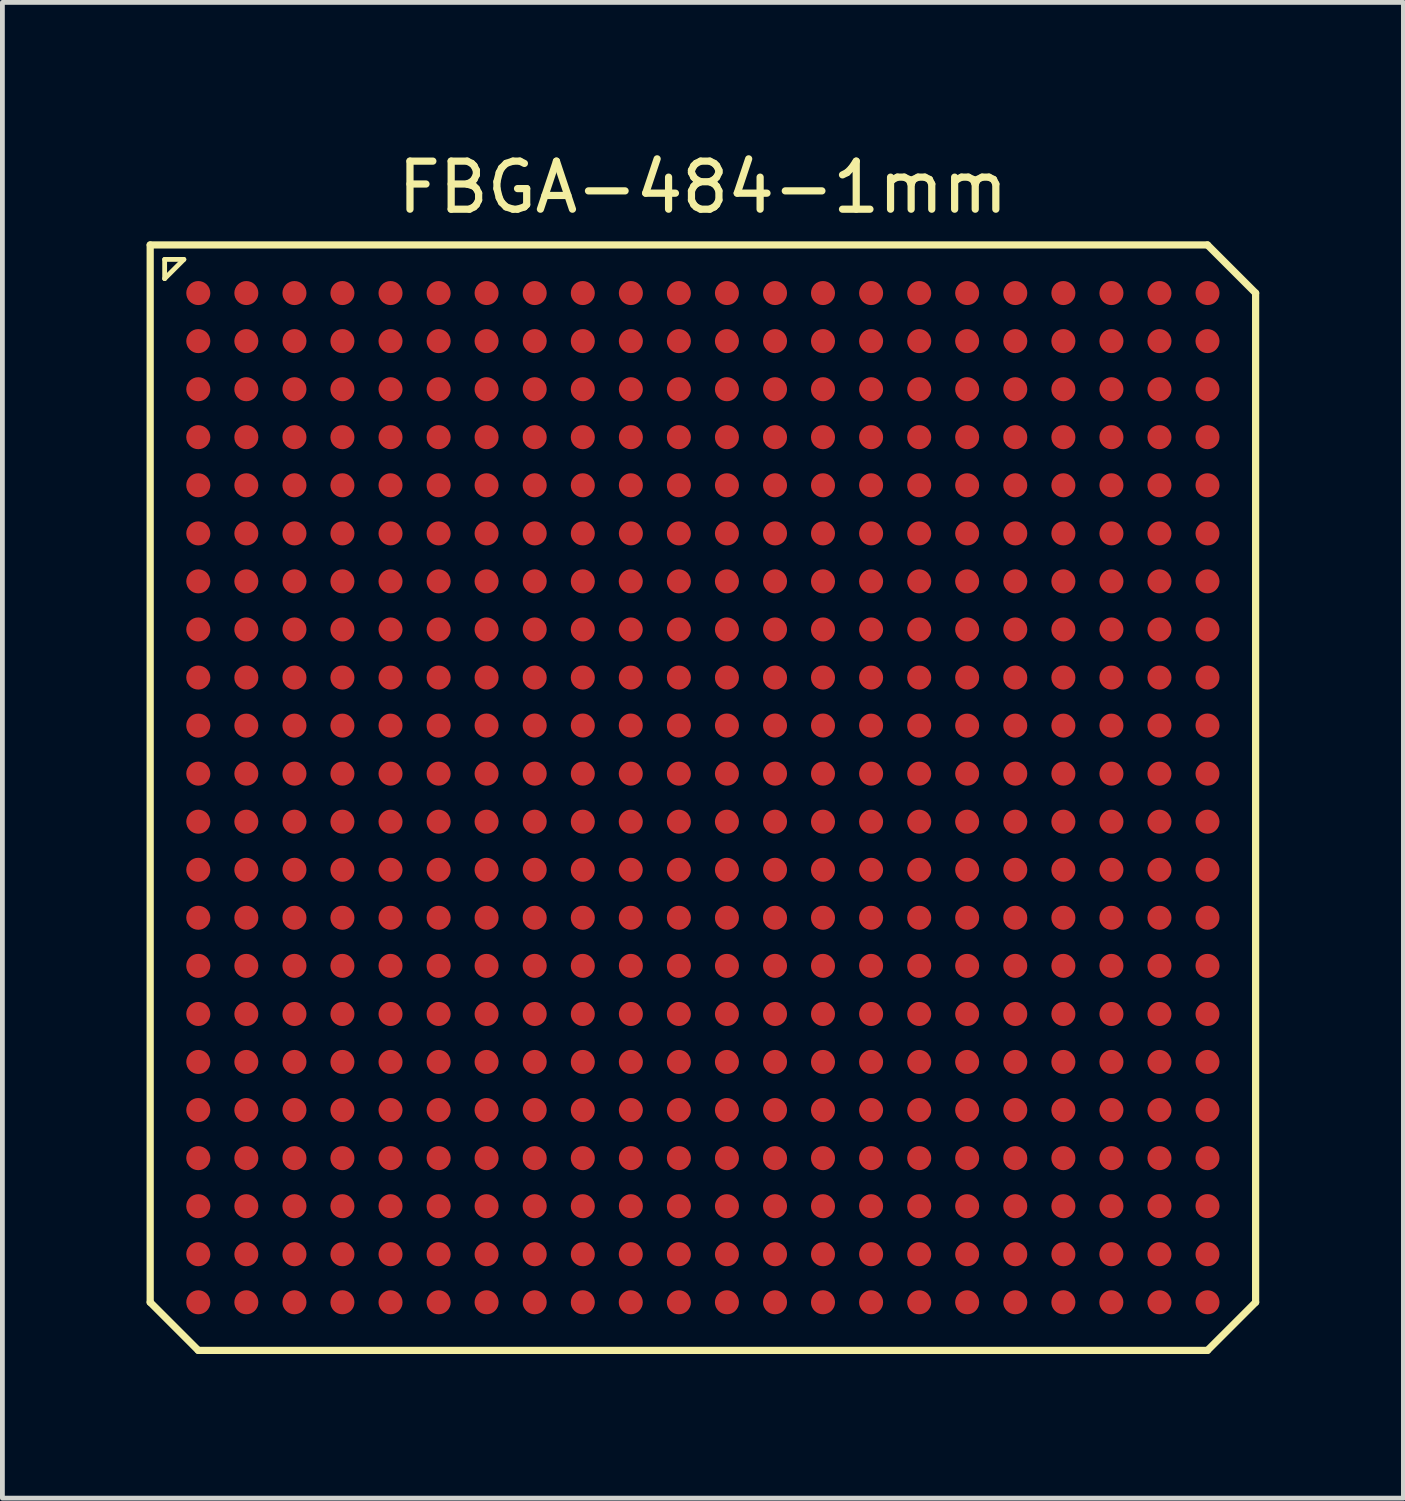
<source format=kicad_pcb>
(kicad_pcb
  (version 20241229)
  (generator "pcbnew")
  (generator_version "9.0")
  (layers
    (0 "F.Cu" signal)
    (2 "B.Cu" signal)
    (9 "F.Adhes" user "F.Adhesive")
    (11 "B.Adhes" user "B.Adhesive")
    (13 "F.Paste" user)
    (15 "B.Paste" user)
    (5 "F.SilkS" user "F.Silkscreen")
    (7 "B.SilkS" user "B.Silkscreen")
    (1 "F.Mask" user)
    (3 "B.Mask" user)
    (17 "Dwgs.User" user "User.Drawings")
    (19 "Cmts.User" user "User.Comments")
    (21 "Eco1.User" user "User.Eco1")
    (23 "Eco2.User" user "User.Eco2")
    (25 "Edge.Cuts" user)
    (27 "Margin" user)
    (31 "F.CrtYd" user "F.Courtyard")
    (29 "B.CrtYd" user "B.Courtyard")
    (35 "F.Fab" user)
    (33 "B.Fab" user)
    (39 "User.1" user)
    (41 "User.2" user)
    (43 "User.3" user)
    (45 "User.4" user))
  (footprint "FBGA-484-1mm"
    (layer "F.Cu")
    (at 11.576 13.548)
    (property "Reference" "FBGA-484-1mm" (at 0 -12.7 0) (layer "F.SilkS") (effects (font (size 1 1) (thickness 0.15))))
    (attr smd)
    (fp_line (start -11.501 -11.501) (end 10.5 -11.501) (stroke (width 0.15) (type solid)) (layer "F.SilkS"))
    (fp_line (start -11.501 10.5) (end -11.501 -11.501) (stroke (width 0.15) (type solid)) (layer "F.SilkS"))
    (fp_line (start -11.2 -11.2) (end -10.8 -11.2) (stroke (width 0.1) (type solid)) (layer "F.SilkS"))
    (fp_line (start -11.2 -10.8) (end -11.2 -11.2) (stroke (width 0.1) (type solid)) (layer "F.SilkS"))
    (fp_line (start -10.8 -11.2) (end -11.2 -10.8) (stroke (width 0.1) (type solid)) (layer "F.SilkS"))
    (fp_line (start -10.5 11.501) (end -11.501 10.5) (stroke (width 0.15) (type solid)) (layer "F.SilkS"))
    (fp_line (start 10.5 -11.501) (end 11.501 -10.5) (stroke (width 0.15) (type solid)) (layer "F.SilkS"))
    (fp_line (start 10.5 11.501) (end -10.5 11.501) (stroke (width 0.15) (type solid)) (layer "F.SilkS"))
    (fp_line (start 11.501 -10.5) (end 11.501 10.5) (stroke (width 0.15) (type solid)) (layer "F.SilkS"))
    (fp_line (start 11.501 10.5) (end 10.5 11.501) (stroke (width 0.15) (type solid)) (layer "F.SilkS"))
    (pad "A1" smd circle (at -10.5 -10.5) (size 0.5 0.5) (layers "F.Cu" "F.Mask" "F.Paste"))
    (pad "A2" smd circle (at -9.5 -10.5) (size 0.5 0.5) (layers "F.Cu" "F.Mask" "F.Paste"))
    (pad "A3" smd circle (at -8.499 -10.5) (size 0.5 0.5) (layers "F.Cu" "F.Mask" "F.Paste"))
    (pad "A4" smd circle (at -7.501 -10.5) (size 0.5 0.5) (layers "F.Cu" "F.Mask" "F.Paste"))
    (pad "A5" smd circle (at -6.5 -10.5) (size 0.5 0.5) (layers "F.Cu" "F.Mask" "F.Paste"))
    (pad "A6" smd circle (at -5.499 -10.5) (size 0.5 0.5) (layers "F.Cu" "F.Mask" "F.Paste"))
    (pad "A7" smd circle (at -4.501 -10.5) (size 0.5 0.5) (layers "F.Cu" "F.Mask" "F.Paste"))
    (pad "A8" smd circle (at -3.5 -10.5) (size 0.5 0.5) (layers "F.Cu" "F.Mask" "F.Paste"))
    (pad "A9" smd circle (at -2.499 -10.5) (size 0.5 0.5) (layers "F.Cu" "F.Mask" "F.Paste"))
    (pad "A10" smd circle (at -1.499 -10.5) (size 0.5 0.5) (layers "F.Cu" "F.Mask" "F.Paste"))
    (pad "A11" smd circle (at -0.5 -10.5) (size 0.5 0.5) (layers "F.Cu" "F.Mask" "F.Paste"))
    (pad "A12" smd circle (at 0.5 -10.5) (size 0.5 0.5) (layers "F.Cu" "F.Mask" "F.Paste"))
    (pad "A13" smd circle (at 1.501 -10.5) (size 0.5 0.5) (layers "F.Cu" "F.Mask" "F.Paste"))
    (pad "A14" smd circle (at 2.499 -10.5) (size 0.5 0.5) (layers "F.Cu" "F.Mask" "F.Paste"))
    (pad "A15" smd circle (at 3.5 -10.5) (size 0.5 0.5) (layers "F.Cu" "F.Mask" "F.Paste"))
    (pad "A16" smd circle (at 4.501 -10.5) (size 0.5 0.5) (layers "F.Cu" "F.Mask" "F.Paste"))
    (pad "A17" smd circle (at 5.499 -10.5) (size 0.5 0.5) (layers "F.Cu" "F.Mask" "F.Paste"))
    (pad "A18" smd circle (at 6.5 -10.5) (size 0.5 0.5) (layers "F.Cu" "F.Mask" "F.Paste"))
    (pad "A19" smd circle (at 7.501 -10.5) (size 0.5 0.5) (layers "F.Cu" "F.Mask" "F.Paste"))
    (pad "A20" smd circle (at 8.501 -10.5) (size 0.5 0.5) (layers "F.Cu" "F.Mask" "F.Paste"))
    (pad "A21" smd circle (at 9.5 -10.5) (size 0.5 0.5) (layers "F.Cu" "F.Mask" "F.Paste"))
    (pad "A22" smd circle (at 10.5 -10.5) (size 0.5 0.5) (layers "F.Cu" "F.Mask" "F.Paste"))
    (pad "AA1" smd circle (at -10.5 9.5) (size 0.5 0.5) (layers "F.Cu" "F.Mask" "F.Paste"))
    (pad "AA2" smd circle (at -9.5 9.5) (size 0.5 0.5) (layers "F.Cu" "F.Mask" "F.Paste"))
    (pad "AA3" smd circle (at -8.499 9.5) (size 0.5 0.5) (layers "F.Cu" "F.Mask" "F.Paste"))
    (pad "AA4" smd circle (at -7.501 9.5) (size 0.5 0.5) (layers "F.Cu" "F.Mask" "F.Paste"))
    (pad "AA5" smd circle (at -6.5 9.5) (size 0.5 0.5) (layers "F.Cu" "F.Mask" "F.Paste"))
    (pad "AA6" smd circle (at -5.499 9.5) (size 0.5 0.5) (layers "F.Cu" "F.Mask" "F.Paste"))
    (pad "AA7" smd circle (at -4.501 9.5) (size 0.5 0.5) (layers "F.Cu" "F.Mask" "F.Paste"))
    (pad "AA8" smd circle (at -3.5 9.5) (size 0.5 0.5) (layers "F.Cu" "F.Mask" "F.Paste"))
    (pad "AA9" smd circle (at -2.499 9.5) (size 0.5 0.5) (layers "F.Cu" "F.Mask" "F.Paste"))
    (pad "AA10" smd circle (at -1.501 9.5) (size 0.5 0.5) (layers "F.Cu" "F.Mask" "F.Paste"))
    (pad "AA11" smd circle (at -0.5 9.5) (size 0.5 0.5) (layers "F.Cu" "F.Mask" "F.Paste"))
    (pad "AA12" smd circle (at 0.5 9.5) (size 0.5 0.5) (layers "F.Cu" "F.Mask" "F.Paste"))
    (pad "AA13" smd circle (at 1.501 9.5) (size 0.5 0.5) (layers "F.Cu" "F.Mask" "F.Paste"))
    (pad "AA14" smd circle (at 2.499 9.5) (size 0.5 0.5) (layers "F.Cu" "F.Mask" "F.Paste"))
    (pad "AA15" smd circle (at 3.5 9.5) (size 0.5 0.5) (layers "F.Cu" "F.Mask" "F.Paste"))
    (pad "AA16" smd circle (at 4.501 9.5) (size 0.5 0.5) (layers "F.Cu" "F.Mask" "F.Paste"))
    (pad "AA17" smd circle (at 5.499 9.5) (size 0.5 0.5) (layers "F.Cu" "F.Mask" "F.Paste"))
    (pad "AA18" smd circle (at 6.5 9.5) (size 0.5 0.5) (layers "F.Cu" "F.Mask" "F.Paste"))
    (pad "AA19" smd circle (at 7.501 9.5) (size 0.5 0.5) (layers "F.Cu" "F.Mask" "F.Paste"))
    (pad "AA20" smd circle (at 8.499 9.5) (size 0.5 0.5) (layers "F.Cu" "F.Mask" "F.Paste"))
    (pad "AA21" smd circle (at 9.5 9.5) (size 0.5 0.5) (layers "F.Cu" "F.Mask" "F.Paste"))
    (pad "AA22" smd circle (at 10.5 9.5) (size 0.5 0.5) (layers "F.Cu" "F.Mask" "F.Paste"))
    (pad "AB1" smd circle (at -10.5 10.5) (size 0.5 0.5) (layers "F.Cu" "F.Mask" "F.Paste"))
    (pad "AB2" smd circle (at -9.5 10.5) (size 0.5 0.5) (layers "F.Cu" "F.Mask" "F.Paste"))
    (pad "AB3" smd circle (at -8.499 10.5) (size 0.5 0.5) (layers "F.Cu" "F.Mask" "F.Paste"))
    (pad "AB4" smd circle (at -7.501 10.5) (size 0.5 0.5) (layers "F.Cu" "F.Mask" "F.Paste"))
    (pad "AB5" smd circle (at -6.5 10.5) (size 0.5 0.5) (layers "F.Cu" "F.Mask" "F.Paste"))
    (pad "AB6" smd circle (at -5.499 10.5) (size 0.5 0.5) (layers "F.Cu" "F.Mask" "F.Paste"))
    (pad "AB7" smd circle (at -4.501 10.5) (size 0.5 0.5) (layers "F.Cu" "F.Mask" "F.Paste"))
    (pad "AB8" smd circle (at -3.5 10.5) (size 0.5 0.5) (layers "F.Cu" "F.Mask" "F.Paste"))
    (pad "AB9" smd circle (at -2.499 10.5) (size 0.5 0.5) (layers "F.Cu" "F.Mask" "F.Paste"))
    (pad "AB10" smd circle (at -1.501 10.5) (size 0.5 0.5) (layers "F.Cu" "F.Mask" "F.Paste"))
    (pad "AB11" smd circle (at -0.5 10.5) (size 0.5 0.5) (layers "F.Cu" "F.Mask" "F.Paste"))
    (pad "AB12" smd circle (at 0.5 10.5) (size 0.5 0.5) (layers "F.Cu" "F.Mask" "F.Paste"))
    (pad "AB13" smd circle (at 1.501 10.5) (size 0.5 0.5) (layers "F.Cu" "F.Mask" "F.Paste"))
    (pad "AB14" smd circle (at 2.499 10.5) (size 0.5 0.5) (layers "F.Cu" "F.Mask" "F.Paste"))
    (pad "AB15" smd circle (at 3.5 10.5) (size 0.5 0.5) (layers "F.Cu" "F.Mask" "F.Paste"))
    (pad "AB16" smd circle (at 4.501 10.5) (size 0.5 0.5) (layers "F.Cu" "F.Mask" "F.Paste"))
    (pad "AB17" smd circle (at 5.499 10.5) (size 0.5 0.5) (layers "F.Cu" "F.Mask" "F.Paste"))
    (pad "AB18" smd circle (at 6.5 10.5) (size 0.5 0.5) (layers "F.Cu" "F.Mask" "F.Paste"))
    (pad "AB19" smd circle (at 7.501 10.5) (size 0.5 0.5) (layers "F.Cu" "F.Mask" "F.Paste"))
    (pad "AB20" smd circle (at 8.499 10.5) (size 0.5 0.5) (layers "F.Cu" "F.Mask" "F.Paste"))
    (pad "AB21" smd circle (at 9.5 10.5) (size 0.5 0.5) (layers "F.Cu" "F.Mask" "F.Paste"))
    (pad "AB22" smd circle (at 10.5 10.5) (size 0.5 0.5) (layers "F.Cu" "F.Mask" "F.Paste"))
    (pad "B1" smd circle (at -10.5 -9.5) (size 0.5 0.5) (layers "F.Cu" "F.Mask" "F.Paste"))
    (pad "B2" smd circle (at -9.5 -9.5) (size 0.5 0.5) (layers "F.Cu" "F.Mask" "F.Paste"))
    (pad "B3" smd circle (at -8.499 -9.5) (size 0.5 0.5) (layers "F.Cu" "F.Mask" "F.Paste"))
    (pad "B4" smd circle (at -7.501 -9.5) (size 0.5 0.5) (layers "F.Cu" "F.Mask" "F.Paste"))
    (pad "B5" smd circle (at -6.5 -9.5) (size 0.5 0.5) (layers "F.Cu" "F.Mask" "F.Paste"))
    (pad "B6" smd circle (at -5.499 -9.5) (size 0.5 0.5) (layers "F.Cu" "F.Mask" "F.Paste"))
    (pad "B7" smd circle (at -4.501 -9.5) (size 0.5 0.5) (layers "F.Cu" "F.Mask" "F.Paste"))
    (pad "B8" smd circle (at -3.5 -9.5) (size 0.5 0.5) (layers "F.Cu" "F.Mask" "F.Paste"))
    (pad "B9" smd circle (at -2.499 -9.5) (size 0.5 0.5) (layers "F.Cu" "F.Mask" "F.Paste"))
    (pad "B10" smd circle (at -1.499 -9.5) (size 0.5 0.5) (layers "F.Cu" "F.Mask" "F.Paste"))
    (pad "B11" smd circle (at -0.5 -9.5) (size 0.5 0.5) (layers "F.Cu" "F.Mask" "F.Paste"))
    (pad "B12" smd circle (at 0.5 -9.5) (size 0.5 0.5) (layers "F.Cu" "F.Mask" "F.Paste"))
    (pad "B13" smd circle (at 1.501 -9.5) (size 0.5 0.5) (layers "F.Cu" "F.Mask" "F.Paste"))
    (pad "B14" smd circle (at 2.499 -9.5) (size 0.5 0.5) (layers "F.Cu" "F.Mask" "F.Paste"))
    (pad "B15" smd circle (at 3.5 -9.5) (size 0.5 0.5) (layers "F.Cu" "F.Mask" "F.Paste"))
    (pad "B16" smd circle (at 4.501 -9.5) (size 0.5 0.5) (layers "F.Cu" "F.Mask" "F.Paste"))
    (pad "B17" smd circle (at 5.499 -9.5) (size 0.5 0.5) (layers "F.Cu" "F.Mask" "F.Paste"))
    (pad "B18" smd circle (at 6.5 -9.5) (size 0.5 0.5) (layers "F.Cu" "F.Mask" "F.Paste"))
    (pad "B19" smd circle (at 7.501 -9.5) (size 0.5 0.5) (layers "F.Cu" "F.Mask" "F.Paste"))
    (pad "B20" smd circle (at 8.501 -9.5) (size 0.5 0.5) (layers "F.Cu" "F.Mask" "F.Paste"))
    (pad "B21" smd circle (at 9.5 -9.5) (size 0.5 0.5) (layers "F.Cu" "F.Mask" "F.Paste"))
    (pad "B22" smd circle (at 10.5 -9.5) (size 0.5 0.5) (layers "F.Cu" "F.Mask" "F.Paste"))
    (pad "C1" smd circle (at -10.5 -8.499) (size 0.5 0.5) (layers "F.Cu" "F.Mask" "F.Paste"))
    (pad "C2" smd circle (at -9.5 -8.499) (size 0.5 0.5) (layers "F.Cu" "F.Mask" "F.Paste"))
    (pad "C3" smd circle (at -8.499 -8.499) (size 0.5 0.5) (layers "F.Cu" "F.Mask" "F.Paste"))
    (pad "C4" smd circle (at -7.501 -8.499) (size 0.5 0.5) (layers "F.Cu" "F.Mask" "F.Paste"))
    (pad "C5" smd circle (at -6.5 -8.499) (size 0.5 0.5) (layers "F.Cu" "F.Mask" "F.Paste"))
    (pad "C6" smd circle (at -5.499 -8.499) (size 0.5 0.5) (layers "F.Cu" "F.Mask" "F.Paste"))
    (pad "C7" smd circle (at -4.501 -8.499) (size 0.5 0.5) (layers "F.Cu" "F.Mask" "F.Paste"))
    (pad "C8" smd circle (at -3.5 -8.499) (size 0.5 0.5) (layers "F.Cu" "F.Mask" "F.Paste"))
    (pad "C9" smd circle (at -2.499 -8.499) (size 0.5 0.5) (layers "F.Cu" "F.Mask" "F.Paste"))
    (pad "C10" smd circle (at -1.499 -8.499) (size 0.5 0.5) (layers "F.Cu" "F.Mask" "F.Paste"))
    (pad "C11" smd circle (at -0.5 -8.499) (size 0.5 0.5) (layers "F.Cu" "F.Mask" "F.Paste"))
    (pad "C12" smd circle (at 0.5 -8.499) (size 0.5 0.5) (layers "F.Cu" "F.Mask" "F.Paste"))
    (pad "C13" smd circle (at 1.501 -8.499) (size 0.5 0.5) (layers "F.Cu" "F.Mask" "F.Paste"))
    (pad "C14" smd circle (at 2.499 -8.499) (size 0.5 0.5) (layers "F.Cu" "F.Mask" "F.Paste"))
    (pad "C15" smd circle (at 3.5 -8.499) (size 0.5 0.5) (layers "F.Cu" "F.Mask" "F.Paste"))
    (pad "C16" smd circle (at 4.501 -8.499) (size 0.5 0.5) (layers "F.Cu" "F.Mask" "F.Paste"))
    (pad "C17" smd circle (at 5.499 -8.499) (size 0.5 0.5) (layers "F.Cu" "F.Mask" "F.Paste"))
    (pad "C18" smd circle (at 6.5 -8.499) (size 0.5 0.5) (layers "F.Cu" "F.Mask" "F.Paste"))
    (pad "C19" smd circle (at 7.501 -8.499) (size 0.5 0.5) (layers "F.Cu" "F.Mask" "F.Paste"))
    (pad "C20" smd circle (at 8.501 -8.499) (size 0.5 0.5) (layers "F.Cu" "F.Mask" "F.Paste"))
    (pad "C21" smd circle (at 9.5 -8.499) (size 0.5 0.5) (layers "F.Cu" "F.Mask" "F.Paste"))
    (pad "C22" smd circle (at 10.5 -8.499) (size 0.5 0.5) (layers "F.Cu" "F.Mask" "F.Paste"))
    (pad "D1" smd circle (at -10.5 -7.501) (size 0.5 0.5) (layers "F.Cu" "F.Mask" "F.Paste"))
    (pad "D2" smd circle (at -9.5 -7.501) (size 0.5 0.5) (layers "F.Cu" "F.Mask" "F.Paste"))
    (pad "D3" smd circle (at -8.499 -7.501) (size 0.5 0.5) (layers "F.Cu" "F.Mask" "F.Paste"))
    (pad "D4" smd circle (at -7.501 -7.501) (size 0.5 0.5) (layers "F.Cu" "F.Mask" "F.Paste"))
    (pad "D5" smd circle (at -6.5 -7.501) (size 0.5 0.5) (layers "F.Cu" "F.Mask" "F.Paste"))
    (pad "D6" smd circle (at -5.499 -7.501) (size 0.5 0.5) (layers "F.Cu" "F.Mask" "F.Paste"))
    (pad "D7" smd circle (at -4.501 -7.501) (size 0.5 0.5) (layers "F.Cu" "F.Mask" "F.Paste"))
    (pad "D8" smd circle (at -3.5 -7.501) (size 0.5 0.5) (layers "F.Cu" "F.Mask" "F.Paste"))
    (pad "D9" smd circle (at -2.499 -7.501) (size 0.5 0.5) (layers "F.Cu" "F.Mask" "F.Paste"))
    (pad "D10" smd circle (at -1.499 -7.501) (size 0.5 0.5) (layers "F.Cu" "F.Mask" "F.Paste"))
    (pad "D11" smd circle (at -0.5 -7.501) (size 0.5 0.5) (layers "F.Cu" "F.Mask" "F.Paste"))
    (pad "D12" smd circle (at 0.5 -7.501) (size 0.5 0.5) (layers "F.Cu" "F.Mask" "F.Paste"))
    (pad "D13" smd circle (at 1.501 -7.501) (size 0.5 0.5) (layers "F.Cu" "F.Mask" "F.Paste"))
    (pad "D14" smd circle (at 2.499 -7.501) (size 0.5 0.5) (layers "F.Cu" "F.Mask" "F.Paste"))
    (pad "D15" smd circle (at 3.5 -7.501) (size 0.5 0.5) (layers "F.Cu" "F.Mask" "F.Paste"))
    (pad "D16" smd circle (at 4.501 -7.501) (size 0.5 0.5) (layers "F.Cu" "F.Mask" "F.Paste"))
    (pad "D17" smd circle (at 5.499 -7.501) (size 0.5 0.5) (layers "F.Cu" "F.Mask" "F.Paste"))
    (pad "D18" smd circle (at 6.5 -7.501) (size 0.5 0.5) (layers "F.Cu" "F.Mask" "F.Paste"))
    (pad "D19" smd circle (at 7.501 -7.501) (size 0.5 0.5) (layers "F.Cu" "F.Mask" "F.Paste"))
    (pad "D20" smd circle (at 8.501 -7.501) (size 0.5 0.5) (layers "F.Cu" "F.Mask" "F.Paste"))
    (pad "D21" smd circle (at 9.5 -7.501) (size 0.5 0.5) (layers "F.Cu" "F.Mask" "F.Paste"))
    (pad "D22" smd circle (at 10.5 -7.501) (size 0.5 0.5) (layers "F.Cu" "F.Mask" "F.Paste"))
    (pad "E1" smd circle (at -10.5 -6.5) (size 0.5 0.5) (layers "F.Cu" "F.Mask" "F.Paste"))
    (pad "E2" smd circle (at -9.5 -6.5) (size 0.5 0.5) (layers "F.Cu" "F.Mask" "F.Paste"))
    (pad "E3" smd circle (at -8.499 -6.5) (size 0.5 0.5) (layers "F.Cu" "F.Mask" "F.Paste"))
    (pad "E4" smd circle (at -7.501 -6.5) (size 0.5 0.5) (layers "F.Cu" "F.Mask" "F.Paste"))
    (pad "E5" smd circle (at -6.5 -6.5) (size 0.5 0.5) (layers "F.Cu" "F.Mask" "F.Paste"))
    (pad "E6" smd circle (at -5.499 -6.5) (size 0.5 0.5) (layers "F.Cu" "F.Mask" "F.Paste"))
    (pad "E7" smd circle (at -4.501 -6.5) (size 0.5 0.5) (layers "F.Cu" "F.Mask" "F.Paste"))
    (pad "E8" smd circle (at -3.5 -6.5) (size 0.5 0.5) (layers "F.Cu" "F.Mask" "F.Paste"))
    (pad "E9" smd circle (at -2.499 -6.5) (size 0.5 0.5) (layers "F.Cu" "F.Mask" "F.Paste"))
    (pad "E10" smd circle (at -1.499 -6.5) (size 0.5 0.5) (layers "F.Cu" "F.Mask" "F.Paste"))
    (pad "E11" smd circle (at -0.5 -6.5) (size 0.5 0.5) (layers "F.Cu" "F.Mask" "F.Paste"))
    (pad "E12" smd circle (at 0.5 -6.5) (size 0.5 0.5) (layers "F.Cu" "F.Mask" "F.Paste"))
    (pad "E13" smd circle (at 1.501 -6.5) (size 0.5 0.5) (layers "F.Cu" "F.Mask" "F.Paste"))
    (pad "E14" smd circle (at 2.499 -6.5) (size 0.5 0.5) (layers "F.Cu" "F.Mask" "F.Paste"))
    (pad "E15" smd circle (at 3.5 -6.5) (size 0.5 0.5) (layers "F.Cu" "F.Mask" "F.Paste"))
    (pad "E16" smd circle (at 4.501 -6.5) (size 0.5 0.5) (layers "F.Cu" "F.Mask" "F.Paste"))
    (pad "E17" smd circle (at 5.499 -6.5) (size 0.5 0.5) (layers "F.Cu" "F.Mask" "F.Paste"))
    (pad "E18" smd circle (at 6.5 -6.5) (size 0.5 0.5) (layers "F.Cu" "F.Mask" "F.Paste"))
    (pad "E19" smd circle (at 7.501 -6.5) (size 0.5 0.5) (layers "F.Cu" "F.Mask" "F.Paste"))
    (pad "E20" smd circle (at 8.501 -6.5) (size 0.5 0.5) (layers "F.Cu" "F.Mask" "F.Paste"))
    (pad "E21" smd circle (at 9.5 -6.5) (size 0.5 0.5) (layers "F.Cu" "F.Mask" "F.Paste"))
    (pad "E22" smd circle (at 10.5 -6.5) (size 0.5 0.5) (layers "F.Cu" "F.Mask" "F.Paste"))
    (pad "F1" smd circle (at -10.5 -5.499) (size 0.5 0.5) (layers "F.Cu" "F.Mask" "F.Paste"))
    (pad "F2" smd circle (at -9.5 -5.499) (size 0.5 0.5) (layers "F.Cu" "F.Mask" "F.Paste"))
    (pad "F3" smd circle (at -8.499 -5.499) (size 0.5 0.5) (layers "F.Cu" "F.Mask" "F.Paste"))
    (pad "F4" smd circle (at -7.501 -5.499) (size 0.5 0.5) (layers "F.Cu" "F.Mask" "F.Paste"))
    (pad "F5" smd circle (at -6.5 -5.499) (size 0.5 0.5) (layers "F.Cu" "F.Mask" "F.Paste"))
    (pad "F6" smd circle (at -5.499 -5.499) (size 0.5 0.5) (layers "F.Cu" "F.Mask" "F.Paste"))
    (pad "F7" smd circle (at -4.501 -5.499) (size 0.5 0.5) (layers "F.Cu" "F.Mask" "F.Paste"))
    (pad "F8" smd circle (at -3.5 -5.499) (size 0.5 0.5) (layers "F.Cu" "F.Mask" "F.Paste"))
    (pad "F9" smd circle (at -2.499 -5.499) (size 0.5 0.5) (layers "F.Cu" "F.Mask" "F.Paste"))
    (pad "F10" smd circle (at -1.499 -5.499) (size 0.5 0.5) (layers "F.Cu" "F.Mask" "F.Paste"))
    (pad "F11" smd circle (at -0.5 -5.499) (size 0.5 0.5) (layers "F.Cu" "F.Mask" "F.Paste"))
    (pad "F12" smd circle (at 0.5 -5.499) (size 0.5 0.5) (layers "F.Cu" "F.Mask" "F.Paste"))
    (pad "F13" smd circle (at 1.501 -5.499) (size 0.5 0.5) (layers "F.Cu" "F.Mask" "F.Paste"))
    (pad "F14" smd circle (at 2.499 -5.499) (size 0.5 0.5) (layers "F.Cu" "F.Mask" "F.Paste"))
    (pad "F15" smd circle (at 3.5 -5.499) (size 0.5 0.5) (layers "F.Cu" "F.Mask" "F.Paste"))
    (pad "F16" smd circle (at 4.501 -5.499) (size 0.5 0.5) (layers "F.Cu" "F.Mask" "F.Paste"))
    (pad "F17" smd circle (at 5.499 -5.499) (size 0.5 0.5) (layers "F.Cu" "F.Mask" "F.Paste"))
    (pad "F18" smd circle (at 6.5 -5.499) (size 0.5 0.5) (layers "F.Cu" "F.Mask" "F.Paste"))
    (pad "F19" smd circle (at 7.501 -5.499) (size 0.5 0.5) (layers "F.Cu" "F.Mask" "F.Paste"))
    (pad "F20" smd circle (at 8.501 -5.499) (size 0.5 0.5) (layers "F.Cu" "F.Mask" "F.Paste"))
    (pad "F21" smd circle (at 9.5 -5.499) (size 0.5 0.5) (layers "F.Cu" "F.Mask" "F.Paste"))
    (pad "F22" smd circle (at 10.5 -5.499) (size 0.5 0.5) (layers "F.Cu" "F.Mask" "F.Paste"))
    (pad "G1" smd circle (at -10.5 -4.501) (size 0.5 0.5) (layers "F.Cu" "F.Mask" "F.Paste"))
    (pad "G2" smd circle (at -9.5 -4.501) (size 0.5 0.5) (layers "F.Cu" "F.Mask" "F.Paste"))
    (pad "G3" smd circle (at -8.499 -4.501) (size 0.5 0.5) (layers "F.Cu" "F.Mask" "F.Paste"))
    (pad "G4" smd circle (at -7.501 -4.501) (size 0.5 0.5) (layers "F.Cu" "F.Mask" "F.Paste"))
    (pad "G5" smd circle (at -6.5 -4.501) (size 0.5 0.5) (layers "F.Cu" "F.Mask" "F.Paste"))
    (pad "G6" smd circle (at -5.499 -4.501) (size 0.5 0.5) (layers "F.Cu" "F.Mask" "F.Paste"))
    (pad "G7" smd circle (at -4.501 -4.501) (size 0.5 0.5) (layers "F.Cu" "F.Mask" "F.Paste"))
    (pad "G8" smd circle (at -3.5 -4.501) (size 0.5 0.5) (layers "F.Cu" "F.Mask" "F.Paste"))
    (pad "G9" smd circle (at -2.499 -4.501) (size 0.5 0.5) (layers "F.Cu" "F.Mask" "F.Paste"))
    (pad "G10" smd circle (at -1.501 -4.501) (size 0.5 0.5) (layers "F.Cu" "F.Mask" "F.Paste"))
    (pad "G11" smd circle (at -0.5 -4.501) (size 0.5 0.5) (layers "F.Cu" "F.Mask" "F.Paste"))
    (pad "G12" smd circle (at 0.5 -4.501) (size 0.5 0.5) (layers "F.Cu" "F.Mask" "F.Paste"))
    (pad "G13" smd circle (at 1.501 -4.501) (size 0.5 0.5) (layers "F.Cu" "F.Mask" "F.Paste"))
    (pad "G14" smd circle (at 2.499 -4.501) (size 0.5 0.5) (layers "F.Cu" "F.Mask" "F.Paste"))
    (pad "G15" smd circle (at 3.5 -4.501) (size 0.5 0.5) (layers "F.Cu" "F.Mask" "F.Paste"))
    (pad "G16" smd circle (at 4.501 -4.501) (size 0.5 0.5) (layers "F.Cu" "F.Mask" "F.Paste"))
    (pad "G17" smd circle (at 5.499 -4.501) (size 0.5 0.5) (layers "F.Cu" "F.Mask" "F.Paste"))
    (pad "G18" smd circle (at 6.5 -4.501) (size 0.5 0.5) (layers "F.Cu" "F.Mask" "F.Paste"))
    (pad "G19" smd circle (at 7.501 -4.501) (size 0.5 0.5) (layers "F.Cu" "F.Mask" "F.Paste"))
    (pad "G20" smd circle (at 8.501 -4.501) (size 0.5 0.5) (layers "F.Cu" "F.Mask" "F.Paste"))
    (pad "G21" smd circle (at 9.5 -4.501) (size 0.5 0.5) (layers "F.Cu" "F.Mask" "F.Paste"))
    (pad "G22" smd circle (at 10.5 -4.501) (size 0.5 0.5) (layers "F.Cu" "F.Mask" "F.Paste"))
    (pad "H1" smd circle (at -10.5 -3.5) (size 0.5 0.5) (layers "F.Cu" "F.Mask" "F.Paste"))
    (pad "H2" smd circle (at -9.5 -3.5) (size 0.5 0.5) (layers "F.Cu" "F.Mask" "F.Paste"))
    (pad "H3" smd circle (at -8.499 -3.5) (size 0.5 0.5) (layers "F.Cu" "F.Mask" "F.Paste"))
    (pad "H4" smd circle (at -7.501 -3.5) (size 0.5 0.5) (layers "F.Cu" "F.Mask" "F.Paste"))
    (pad "H5" smd circle (at -6.5 -3.5) (size 0.5 0.5) (layers "F.Cu" "F.Mask" "F.Paste"))
    (pad "H6" smd circle (at -5.499 -3.5) (size 0.5 0.5) (layers "F.Cu" "F.Mask" "F.Paste"))
    (pad "H7" smd circle (at -4.501 -3.5) (size 0.5 0.5) (layers "F.Cu" "F.Mask" "F.Paste"))
    (pad "H8" smd circle (at -3.5 -3.5) (size 0.5 0.5) (layers "F.Cu" "F.Mask" "F.Paste"))
    (pad "H9" smd circle (at -2.499 -3.5) (size 0.5 0.5) (layers "F.Cu" "F.Mask" "F.Paste"))
    (pad "H10" smd circle (at -1.501 -3.5) (size 0.5 0.5) (layers "F.Cu" "F.Mask" "F.Paste"))
    (pad "H11" smd circle (at -0.5 -3.5) (size 0.5 0.5) (layers "F.Cu" "F.Mask" "F.Paste"))
    (pad "H12" smd circle (at 0.5 -3.5) (size 0.5 0.5) (layers "F.Cu" "F.Mask" "F.Paste"))
    (pad "H13" smd circle (at 1.501 -3.5) (size 0.5 0.5) (layers "F.Cu" "F.Mask" "F.Paste"))
    (pad "H14" smd circle (at 2.499 -3.5) (size 0.5 0.5) (layers "F.Cu" "F.Mask" "F.Paste"))
    (pad "H15" smd circle (at 3.5 -3.5) (size 0.5 0.5) (layers "F.Cu" "F.Mask" "F.Paste"))
    (pad "H16" smd circle (at 4.501 -3.5) (size 0.5 0.5) (layers "F.Cu" "F.Mask" "F.Paste"))
    (pad "H17" smd circle (at 5.499 -3.5) (size 0.5 0.5) (layers "F.Cu" "F.Mask" "F.Paste"))
    (pad "H18" smd circle (at 6.5 -3.5) (size 0.5 0.5) (layers "F.Cu" "F.Mask" "F.Paste"))
    (pad "H19" smd circle (at 7.501 -3.5) (size 0.5 0.5) (layers "F.Cu" "F.Mask" "F.Paste"))
    (pad "H20" smd circle (at 8.501 -3.5) (size 0.5 0.5) (layers "F.Cu" "F.Mask" "F.Paste"))
    (pad "H21" smd circle (at 9.5 -3.5) (size 0.5 0.5) (layers "F.Cu" "F.Mask" "F.Paste"))
    (pad "H22" smd circle (at 10.5 -3.5) (size 0.5 0.5) (layers "F.Cu" "F.Mask" "F.Paste"))
    (pad "J1" smd circle (at -10.5 -2.499) (size 0.5 0.5) (layers "F.Cu" "F.Mask" "F.Paste"))
    (pad "J2" smd circle (at -9.5 -2.499) (size 0.5 0.5) (layers "F.Cu" "F.Mask" "F.Paste"))
    (pad "J3" smd circle (at -8.499 -2.499) (size 0.5 0.5) (layers "F.Cu" "F.Mask" "F.Paste"))
    (pad "J4" smd circle (at -7.501 -2.499) (size 0.5 0.5) (layers "F.Cu" "F.Mask" "F.Paste"))
    (pad "J5" smd circle (at -6.5 -2.499) (size 0.5 0.5) (layers "F.Cu" "F.Mask" "F.Paste"))
    (pad "J6" smd circle (at -5.499 -2.499) (size 0.5 0.5) (layers "F.Cu" "F.Mask" "F.Paste"))
    (pad "J7" smd circle (at -4.501 -2.499) (size 0.5 0.5) (layers "F.Cu" "F.Mask" "F.Paste"))
    (pad "J8" smd circle (at -3.5 -2.499) (size 0.5 0.5) (layers "F.Cu" "F.Mask" "F.Paste"))
    (pad "J9" smd circle (at -2.499 -2.499) (size 0.5 0.5) (layers "F.Cu" "F.Mask" "F.Paste"))
    (pad "J10" smd circle (at -1.501 -2.499) (size 0.5 0.5) (layers "F.Cu" "F.Mask" "F.Paste"))
    (pad "J11" smd circle (at -0.5 -2.499) (size 0.5 0.5) (layers "F.Cu" "F.Mask" "F.Paste"))
    (pad "J12" smd circle (at 0.5 -2.499) (size 0.5 0.5) (layers "F.Cu" "F.Mask" "F.Paste"))
    (pad "J13" smd circle (at 1.501 -2.499) (size 0.5 0.5) (layers "F.Cu" "F.Mask" "F.Paste"))
    (pad "J14" smd circle (at 2.499 -2.499) (size 0.5 0.5) (layers "F.Cu" "F.Mask" "F.Paste"))
    (pad "J15" smd circle (at 3.5 -2.499) (size 0.5 0.5) (layers "F.Cu" "F.Mask" "F.Paste"))
    (pad "J16" smd circle (at 4.501 -2.499) (size 0.5 0.5) (layers "F.Cu" "F.Mask" "F.Paste"))
    (pad "J17" smd circle (at 5.499 -2.499) (size 0.5 0.5) (layers "F.Cu" "F.Mask" "F.Paste"))
    (pad "J18" smd circle (at 6.5 -2.499) (size 0.5 0.5) (layers "F.Cu" "F.Mask" "F.Paste"))
    (pad "J19" smd circle (at 7.501 -2.499) (size 0.5 0.5) (layers "F.Cu" "F.Mask" "F.Paste"))
    (pad "J20" smd circle (at 8.501 -2.499) (size 0.5 0.5) (layers "F.Cu" "F.Mask" "F.Paste"))
    (pad "J21" smd circle (at 9.5 -2.499) (size 0.5 0.5) (layers "F.Cu" "F.Mask" "F.Paste"))
    (pad "J22" smd circle (at 10.5 -2.499) (size 0.5 0.5) (layers "F.Cu" "F.Mask" "F.Paste"))
    (pad "K1" smd circle (at -10.5 -1.499) (size 0.5 0.5) (layers "F.Cu" "F.Mask" "F.Paste"))
    (pad "K2" smd circle (at -9.5 -1.499) (size 0.5 0.5) (layers "F.Cu" "F.Mask" "F.Paste"))
    (pad "K3" smd circle (at -8.499 -1.499) (size 0.5 0.5) (layers "F.Cu" "F.Mask" "F.Paste"))
    (pad "K4" smd circle (at -7.501 -1.499) (size 0.5 0.5) (layers "F.Cu" "F.Mask" "F.Paste"))
    (pad "K5" smd circle (at -6.5 -1.499) (size 0.5 0.5) (layers "F.Cu" "F.Mask" "F.Paste"))
    (pad "K6" smd circle (at -5.499 -1.499) (size 0.5 0.5) (layers "F.Cu" "F.Mask" "F.Paste"))
    (pad "K7" smd circle (at -4.501 -1.501) (size 0.5 0.5) (layers "F.Cu" "F.Mask" "F.Paste"))
    (pad "K8" smd circle (at -3.5 -1.501) (size 0.5 0.5) (layers "F.Cu" "F.Mask" "F.Paste"))
    (pad "K9" smd circle (at -2.499 -1.501) (size 0.5 0.5) (layers "F.Cu" "F.Mask" "F.Paste"))
    (pad "K10" smd circle (at -1.501 -1.501) (size 0.5 0.5) (layers "F.Cu" "F.Mask" "F.Paste"))
    (pad "K11" smd circle (at -0.5 -1.501) (size 0.5 0.5) (layers "F.Cu" "F.Mask" "F.Paste"))
    (pad "K12" smd circle (at 0.5 -1.501) (size 0.5 0.5) (layers "F.Cu" "F.Mask" "F.Paste"))
    (pad "K13" smd circle (at 1.501 -1.501) (size 0.5 0.5) (layers "F.Cu" "F.Mask" "F.Paste"))
    (pad "K14" smd circle (at 2.499 -1.501) (size 0.5 0.5) (layers "F.Cu" "F.Mask" "F.Paste"))
    (pad "K15" smd circle (at 3.5 -1.499) (size 0.5 0.5) (layers "F.Cu" "F.Mask" "F.Paste"))
    (pad "K16" smd circle (at 4.501 -1.499) (size 0.5 0.5) (layers "F.Cu" "F.Mask" "F.Paste"))
    (pad "K17" smd circle (at 5.499 -1.499) (size 0.5 0.5) (layers "F.Cu" "F.Mask" "F.Paste"))
    (pad "K18" smd circle (at 6.5 -1.499) (size 0.5 0.5) (layers "F.Cu" "F.Mask" "F.Paste"))
    (pad "K19" smd circle (at 7.501 -1.499) (size 0.5 0.5) (layers "F.Cu" "F.Mask" "F.Paste"))
    (pad "K20" smd circle (at 8.501 -1.499) (size 0.5 0.5) (layers "F.Cu" "F.Mask" "F.Paste"))
    (pad "K21" smd circle (at 9.5 -1.501) (size 0.5 0.5) (layers "F.Cu" "F.Mask" "F.Paste"))
    (pad "K22" smd circle (at 10.5 -1.501) (size 0.5 0.5) (layers "F.Cu" "F.Mask" "F.Paste"))
    (pad "L1" smd circle (at -10.5 -0.5) (size 0.5 0.5) (layers "F.Cu" "F.Mask" "F.Paste"))
    (pad "L2" smd circle (at -9.5 -0.5) (size 0.5 0.5) (layers "F.Cu" "F.Mask" "F.Paste"))
    (pad "L3" smd circle (at -8.499 -0.5) (size 0.5 0.5) (layers "F.Cu" "F.Mask" "F.Paste"))
    (pad "L4" smd circle (at -7.501 -0.5) (size 0.5 0.5) (layers "F.Cu" "F.Mask" "F.Paste"))
    (pad "L5" smd circle (at -6.5 -0.5) (size 0.5 0.5) (layers "F.Cu" "F.Mask" "F.Paste"))
    (pad "L6" smd circle (at -5.499 -0.5) (size 0.5 0.5) (layers "F.Cu" "F.Mask" "F.Paste"))
    (pad "L7" smd circle (at -4.501 -0.5) (size 0.5 0.5) (layers "F.Cu" "F.Mask" "F.Paste"))
    (pad "L8" smd circle (at -3.5 -0.5) (size 0.5 0.5) (layers "F.Cu" "F.Mask" "F.Paste"))
    (pad "L9" smd circle (at -2.499 -0.5) (size 0.5 0.5) (layers "F.Cu" "F.Mask" "F.Paste"))
    (pad "L10" smd circle (at -1.501 -0.5) (size 0.5 0.5) (layers "F.Cu" "F.Mask" "F.Paste"))
    (pad "L11" smd circle (at -0.5 -0.5) (size 0.5 0.5) (layers "F.Cu" "F.Mask" "F.Paste"))
    (pad "L12" smd circle (at 0.5 -0.5) (size 0.5 0.5) (layers "F.Cu" "F.Mask" "F.Paste"))
    (pad "L13" smd circle (at 1.501 -0.5) (size 0.5 0.5) (layers "F.Cu" "F.Mask" "F.Paste"))
    (pad "L14" smd circle (at 2.499 -0.5) (size 0.5 0.5) (layers "F.Cu" "F.Mask" "F.Paste"))
    (pad "L15" smd circle (at 3.5 -0.5) (size 0.5 0.5) (layers "F.Cu" "F.Mask" "F.Paste"))
    (pad "L16" smd circle (at 4.501 -0.5) (size 0.5 0.5) (layers "F.Cu" "F.Mask" "F.Paste"))
    (pad "L17" smd circle (at 5.499 -0.5) (size 0.5 0.5) (layers "F.Cu" "F.Mask" "F.Paste"))
    (pad "L18" smd circle (at 6.5 -0.5) (size 0.5 0.5) (layers "F.Cu" "F.Mask" "F.Paste"))
    (pad "L19" smd circle (at 7.501 -0.5) (size 0.5 0.5) (layers "F.Cu" "F.Mask" "F.Paste"))
    (pad "L20" smd circle (at 8.501 -0.5) (size 0.5 0.5) (layers "F.Cu" "F.Mask" "F.Paste"))
    (pad "L21" smd circle (at 9.5 -0.5) (size 0.5 0.5) (layers "F.Cu" "F.Mask" "F.Paste"))
    (pad "L22" smd circle (at 10.5 -0.5) (size 0.5 0.5) (layers "F.Cu" "F.Mask" "F.Paste"))
    (pad "M1" smd circle (at -10.5 0.5) (size 0.5 0.5) (layers "F.Cu" "F.Mask" "F.Paste"))
    (pad "M2" smd circle (at -9.5 0.5) (size 0.5 0.5) (layers "F.Cu" "F.Mask" "F.Paste"))
    (pad "M3" smd circle (at -8.499 0.5) (size 0.5 0.5) (layers "F.Cu" "F.Mask" "F.Paste"))
    (pad "M4" smd circle (at -7.501 0.5) (size 0.5 0.5) (layers "F.Cu" "F.Mask" "F.Paste"))
    (pad "M5" smd circle (at -6.5 0.5) (size 0.5 0.5) (layers "F.Cu" "F.Mask" "F.Paste"))
    (pad "M6" smd circle (at -5.499 0.5) (size 0.5 0.5) (layers "F.Cu" "F.Mask" "F.Paste"))
    (pad "M7" smd circle (at -4.501 0.5) (size 0.5 0.5) (layers "F.Cu" "F.Mask" "F.Paste"))
    (pad "M8" smd circle (at -3.5 0.5) (size 0.5 0.5) (layers "F.Cu" "F.Mask" "F.Paste"))
    (pad "M9" smd circle (at -2.499 0.5) (size 0.5 0.5) (layers "F.Cu" "F.Mask" "F.Paste"))
    (pad "M10" smd circle (at -1.501 0.5) (size 0.5 0.5) (layers "F.Cu" "F.Mask" "F.Paste"))
    (pad "M11" smd circle (at -0.5 0.5) (size 0.5 0.5) (layers "F.Cu" "F.Mask" "F.Paste"))
    (pad "M12" smd circle (at 0.5 0.5) (size 0.5 0.5) (layers "F.Cu" "F.Mask" "F.Paste"))
    (pad "M13" smd circle (at 1.501 0.5) (size 0.5 0.5) (layers "F.Cu" "F.Mask" "F.Paste"))
    (pad "M14" smd circle (at 2.499 0.5) (size 0.5 0.5) (layers "F.Cu" "F.Mask" "F.Paste"))
    (pad "M15" smd circle (at 3.5 0.5) (size 0.5 0.5) (layers "F.Cu" "F.Mask" "F.Paste"))
    (pad "M16" smd circle (at 4.501 0.5) (size 0.5 0.5) (layers "F.Cu" "F.Mask" "F.Paste"))
    (pad "M17" smd circle (at 5.499 0.5) (size 0.5 0.5) (layers "F.Cu" "F.Mask" "F.Paste"))
    (pad "M18" smd circle (at 6.5 0.5) (size 0.5 0.5) (layers "F.Cu" "F.Mask" "F.Paste"))
    (pad "M19" smd circle (at 7.501 0.5) (size 0.5 0.5) (layers "F.Cu" "F.Mask" "F.Paste"))
    (pad "M20" smd circle (at 8.501 0.5) (size 0.5 0.5) (layers "F.Cu" "F.Mask" "F.Paste"))
    (pad "M21" smd circle (at 9.5 0.5) (size 0.5 0.5) (layers "F.Cu" "F.Mask" "F.Paste"))
    (pad "M22" smd circle (at 10.5 0.5) (size 0.5 0.5) (layers "F.Cu" "F.Mask" "F.Paste"))
    (pad "N1" smd circle (at -10.5 1.501) (size 0.5 0.5) (layers "F.Cu" "F.Mask" "F.Paste"))
    (pad "N2" smd circle (at -9.5 1.501) (size 0.5 0.5) (layers "F.Cu" "F.Mask" "F.Paste"))
    (pad "N3" smd circle (at -8.499 1.501) (size 0.5 0.5) (layers "F.Cu" "F.Mask" "F.Paste"))
    (pad "N4" smd circle (at -7.501 1.501) (size 0.5 0.5) (layers "F.Cu" "F.Mask" "F.Paste"))
    (pad "N5" smd circle (at -6.5 1.501) (size 0.5 0.5) (layers "F.Cu" "F.Mask" "F.Paste"))
    (pad "N6" smd circle (at -5.499 1.501) (size 0.5 0.5) (layers "F.Cu" "F.Mask" "F.Paste"))
    (pad "N7" smd circle (at -4.501 1.501) (size 0.5 0.5) (layers "F.Cu" "F.Mask" "F.Paste"))
    (pad "N8" smd circle (at -3.5 1.501) (size 0.5 0.5) (layers "F.Cu" "F.Mask" "F.Paste"))
    (pad "N9" smd circle (at -2.499 1.501) (size 0.5 0.5) (layers "F.Cu" "F.Mask" "F.Paste"))
    (pad "N10" smd circle (at -1.501 1.501) (size 0.5 0.5) (layers "F.Cu" "F.Mask" "F.Paste"))
    (pad "N11" smd circle (at -0.5 1.501) (size 0.5 0.5) (layers "F.Cu" "F.Mask" "F.Paste"))
    (pad "N12" smd circle (at 0.5 1.501) (size 0.5 0.5) (layers "F.Cu" "F.Mask" "F.Paste"))
    (pad "N13" smd circle (at 1.501 1.501) (size 0.5 0.5) (layers "F.Cu" "F.Mask" "F.Paste"))
    (pad "N14" smd circle (at 2.499 1.501) (size 0.5 0.5) (layers "F.Cu" "F.Mask" "F.Paste"))
    (pad "N15" smd circle (at 3.5 1.501) (size 0.5 0.5) (layers "F.Cu" "F.Mask" "F.Paste"))
    (pad "N16" smd circle (at 4.501 1.501) (size 0.5 0.5) (layers "F.Cu" "F.Mask" "F.Paste"))
    (pad "N17" smd circle (at 5.499 1.501) (size 0.5 0.5) (layers "F.Cu" "F.Mask" "F.Paste"))
    (pad "N18" smd circle (at 6.5 1.501) (size 0.5 0.5) (layers "F.Cu" "F.Mask" "F.Paste"))
    (pad "N19" smd circle (at 7.501 1.501) (size 0.5 0.5) (layers "F.Cu" "F.Mask" "F.Paste"))
    (pad "N20" smd circle (at 8.501 1.501) (size 0.5 0.5) (layers "F.Cu" "F.Mask" "F.Paste"))
    (pad "N21" smd circle (at 9.5 1.501) (size 0.5 0.5) (layers "F.Cu" "F.Mask" "F.Paste"))
    (pad "N22" smd circle (at 10.5 1.501) (size 0.5 0.5) (layers "F.Cu" "F.Mask" "F.Paste"))
    (pad "P1" smd circle (at -10.5 2.499) (size 0.5 0.5) (layers "F.Cu" "F.Mask" "F.Paste"))
    (pad "P2" smd circle (at -9.5 2.499) (size 0.5 0.5) (layers "F.Cu" "F.Mask" "F.Paste"))
    (pad "P3" smd circle (at -8.499 2.499) (size 0.5 0.5) (layers "F.Cu" "F.Mask" "F.Paste"))
    (pad "P4" smd circle (at -7.501 2.499) (size 0.5 0.5) (layers "F.Cu" "F.Mask" "F.Paste"))
    (pad "P5" smd circle (at -6.5 2.499) (size 0.5 0.5) (layers "F.Cu" "F.Mask" "F.Paste"))
    (pad "P6" smd circle (at -5.499 2.499) (size 0.5 0.5) (layers "F.Cu" "F.Mask" "F.Paste"))
    (pad "P7" smd circle (at -4.501 2.499) (size 0.5 0.5) (layers "F.Cu" "F.Mask" "F.Paste"))
    (pad "P8" smd circle (at -3.5 2.499) (size 0.5 0.5) (layers "F.Cu" "F.Mask" "F.Paste"))
    (pad "P9" smd circle (at -2.499 2.499) (size 0.5 0.5) (layers "F.Cu" "F.Mask" "F.Paste"))
    (pad "P10" smd circle (at -1.501 2.499) (size 0.5 0.5) (layers "F.Cu" "F.Mask" "F.Paste"))
    (pad "P11" smd circle (at -0.5 2.499) (size 0.5 0.5) (layers "F.Cu" "F.Mask" "F.Paste"))
    (pad "P12" smd circle (at 0.5 2.499) (size 0.5 0.5) (layers "F.Cu" "F.Mask" "F.Paste"))
    (pad "P13" smd circle (at 1.501 2.499) (size 0.5 0.5) (layers "F.Cu" "F.Mask" "F.Paste"))
    (pad "P14" smd circle (at 2.499 2.499) (size 0.5 0.5) (layers "F.Cu" "F.Mask" "F.Paste"))
    (pad "P15" smd circle (at 3.5 2.499) (size 0.5 0.5) (layers "F.Cu" "F.Mask" "F.Paste"))
    (pad "P16" smd circle (at 4.501 2.499) (size 0.5 0.5) (layers "F.Cu" "F.Mask" "F.Paste"))
    (pad "P17" smd circle (at 5.499 2.499) (size 0.5 0.5) (layers "F.Cu" "F.Mask" "F.Paste"))
    (pad "P18" smd circle (at 6.5 2.499) (size 0.5 0.5) (layers "F.Cu" "F.Mask" "F.Paste"))
    (pad "P19" smd circle (at 7.501 2.499) (size 0.5 0.5) (layers "F.Cu" "F.Mask" "F.Paste"))
    (pad "P20" smd circle (at 8.501 2.499) (size 0.5 0.5) (layers "F.Cu" "F.Mask" "F.Paste"))
    (pad "P21" smd circle (at 9.5 2.499) (size 0.5 0.5) (layers "F.Cu" "F.Mask" "F.Paste"))
    (pad "P22" smd circle (at 10.5 2.499) (size 0.5 0.5) (layers "F.Cu" "F.Mask" "F.Paste"))
    (pad "R1" smd circle (at -10.5 3.5) (size 0.5 0.5) (layers "F.Cu" "F.Mask" "F.Paste"))
    (pad "R2" smd circle (at -9.5 3.5) (size 0.5 0.5) (layers "F.Cu" "F.Mask" "F.Paste"))
    (pad "R3" smd circle (at -8.499 3.5) (size 0.5 0.5) (layers "F.Cu" "F.Mask" "F.Paste"))
    (pad "R4" smd circle (at -7.501 3.5) (size 0.5 0.5) (layers "F.Cu" "F.Mask" "F.Paste"))
    (pad "R5" smd circle (at -6.5 3.5) (size 0.5 0.5) (layers "F.Cu" "F.Mask" "F.Paste"))
    (pad "R6" smd circle (at -5.499 3.5) (size 0.5 0.5) (layers "F.Cu" "F.Mask" "F.Paste"))
    (pad "R7" smd circle (at -4.501 3.5) (size 0.5 0.5) (layers "F.Cu" "F.Mask" "F.Paste"))
    (pad "R8" smd circle (at -3.5 3.5) (size 0.5 0.5) (layers "F.Cu" "F.Mask" "F.Paste"))
    (pad "R9" smd circle (at -2.499 3.5) (size 0.5 0.5) (layers "F.Cu" "F.Mask" "F.Paste"))
    (pad "R10" smd circle (at -1.499 3.5) (size 0.5 0.5) (layers "F.Cu" "F.Mask" "F.Paste"))
    (pad "R11" smd circle (at -0.5 3.5) (size 0.5 0.5) (layers "F.Cu" "F.Mask" "F.Paste"))
    (pad "R12" smd circle (at 0.5 3.5) (size 0.5 0.5) (layers "F.Cu" "F.Mask" "F.Paste"))
    (pad "R13" smd circle (at 1.501 3.5) (size 0.5 0.5) (layers "F.Cu" "F.Mask" "F.Paste"))
    (pad "R14" smd circle (at 2.499 3.5) (size 0.5 0.5) (layers "F.Cu" "F.Mask" "F.Paste"))
    (pad "R15" smd circle (at 3.5 3.5) (size 0.5 0.5) (layers "F.Cu" "F.Mask" "F.Paste"))
    (pad "R16" smd circle (at 4.501 3.5) (size 0.5 0.5) (layers "F.Cu" "F.Mask" "F.Paste"))
    (pad "R17" smd circle (at 5.499 3.5) (size 0.5 0.5) (layers "F.Cu" "F.Mask" "F.Paste"))
    (pad "R18" smd circle (at 6.5 3.5) (size 0.5 0.5) (layers "F.Cu" "F.Mask" "F.Paste"))
    (pad "R19" smd circle (at 7.501 3.5) (size 0.5 0.5) (layers "F.Cu" "F.Mask" "F.Paste"))
    (pad "R20" smd circle (at 8.501 3.5) (size 0.5 0.5) (layers "F.Cu" "F.Mask" "F.Paste"))
    (pad "R21" smd circle (at 9.5 3.5) (size 0.5 0.5) (layers "F.Cu" "F.Mask" "F.Paste"))
    (pad "R22" smd circle (at 10.5 3.5) (size 0.5 0.5) (layers "F.Cu" "F.Mask" "F.Paste"))
    (pad "T1" smd circle (at -10.5 4.501) (size 0.5 0.5) (layers "F.Cu" "F.Mask" "F.Paste"))
    (pad "T2" smd circle (at -9.5 4.501) (size 0.5 0.5) (layers "F.Cu" "F.Mask" "F.Paste"))
    (pad "T3" smd circle (at -8.499 4.501) (size 0.5 0.5) (layers "F.Cu" "F.Mask" "F.Paste"))
    (pad "T4" smd circle (at -7.501 4.501) (size 0.5 0.5) (layers "F.Cu" "F.Mask" "F.Paste"))
    (pad "T5" smd circle (at -6.5 4.501) (size 0.5 0.5) (layers "F.Cu" "F.Mask" "F.Paste"))
    (pad "T6" smd circle (at -5.499 4.501) (size 0.5 0.5) (layers "F.Cu" "F.Mask" "F.Paste"))
    (pad "T7" smd circle (at -4.501 4.501) (size 0.5 0.5) (layers "F.Cu" "F.Mask" "F.Paste"))
    (pad "T8" smd circle (at -3.5 4.501) (size 0.5 0.5) (layers "F.Cu" "F.Mask" "F.Paste"))
    (pad "T9" smd circle (at -2.499 4.501) (size 0.5 0.5) (layers "F.Cu" "F.Mask" "F.Paste"))
    (pad "T10" smd circle (at -1.499 4.501) (size 0.5 0.5) (layers "F.Cu" "F.Mask" "F.Paste"))
    (pad "T11" smd circle (at -0.5 4.501) (size 0.5 0.5) (layers "F.Cu" "F.Mask" "F.Paste"))
    (pad "T12" smd circle (at 0.5 4.501) (size 0.5 0.5) (layers "F.Cu" "F.Mask" "F.Paste"))
    (pad "T13" smd circle (at 1.501 4.501) (size 0.5 0.5) (layers "F.Cu" "F.Mask" "F.Paste"))
    (pad "T14" smd circle (at 2.499 4.501) (size 0.5 0.5) (layers "F.Cu" "F.Mask" "F.Paste"))
    (pad "T15" smd circle (at 3.5 4.501) (size 0.5 0.5) (layers "F.Cu" "F.Mask" "F.Paste"))
    (pad "T16" smd circle (at 4.501 4.501) (size 0.5 0.5) (layers "F.Cu" "F.Mask" "F.Paste"))
    (pad "T17" smd circle (at 5.499 4.501) (size 0.5 0.5) (layers "F.Cu" "F.Mask" "F.Paste"))
    (pad "T18" smd circle (at 6.5 4.501) (size 0.5 0.5) (layers "F.Cu" "F.Mask" "F.Paste"))
    (pad "T19" smd circle (at 7.501 4.501) (size 0.5 0.5) (layers "F.Cu" "F.Mask" "F.Paste"))
    (pad "T20" smd circle (at 8.501 4.501) (size 0.5 0.5) (layers "F.Cu" "F.Mask" "F.Paste"))
    (pad "T21" smd circle (at 9.5 4.501) (size 0.5 0.5) (layers "F.Cu" "F.Mask" "F.Paste"))
    (pad "T22" smd circle (at 10.5 4.501) (size 0.5 0.5) (layers "F.Cu" "F.Mask" "F.Paste"))
    (pad "U1" smd circle (at -10.5 5.499) (size 0.5 0.5) (layers "F.Cu" "F.Mask" "F.Paste"))
    (pad "U2" smd circle (at -9.5 5.499) (size 0.5 0.5) (layers "F.Cu" "F.Mask" "F.Paste"))
    (pad "U3" smd circle (at -8.499 5.499) (size 0.5 0.5) (layers "F.Cu" "F.Mask" "F.Paste"))
    (pad "U4" smd circle (at -7.501 5.499) (size 0.5 0.5) (layers "F.Cu" "F.Mask" "F.Paste"))
    (pad "U5" smd circle (at -6.5 5.499) (size 0.5 0.5) (layers "F.Cu" "F.Mask" "F.Paste"))
    (pad "U6" smd circle (at -5.499 5.499) (size 0.5 0.5) (layers "F.Cu" "F.Mask" "F.Paste"))
    (pad "U7" smd circle (at -4.501 5.499) (size 0.5 0.5) (layers "F.Cu" "F.Mask" "F.Paste"))
    (pad "U8" smd circle (at -3.5 5.499) (size 0.5 0.5) (layers "F.Cu" "F.Mask" "F.Paste"))
    (pad "U9" smd circle (at -2.499 5.499) (size 0.5 0.5) (layers "F.Cu" "F.Mask" "F.Paste"))
    (pad "U10" smd circle (at -1.499 5.499) (size 0.5 0.5) (layers "F.Cu" "F.Mask" "F.Paste"))
    (pad "U11" smd circle (at -0.5 5.499) (size 0.5 0.5) (layers "F.Cu" "F.Mask" "F.Paste"))
    (pad "U12" smd circle (at 0.5 5.499) (size 0.5 0.5) (layers "F.Cu" "F.Mask" "F.Paste"))
    (pad "U13" smd circle (at 1.501 5.499) (size 0.5 0.5) (layers "F.Cu" "F.Mask" "F.Paste"))
    (pad "U14" smd circle (at 2.499 5.499) (size 0.5 0.5) (layers "F.Cu" "F.Mask" "F.Paste"))
    (pad "U15" smd circle (at 3.5 5.499) (size 0.5 0.5) (layers "F.Cu" "F.Mask" "F.Paste"))
    (pad "U16" smd circle (at 4.501 5.499) (size 0.5 0.5) (layers "F.Cu" "F.Mask" "F.Paste"))
    (pad "U17" smd circle (at 5.499 5.499) (size 0.5 0.5) (layers "F.Cu" "F.Mask" "F.Paste"))
    (pad "U18" smd circle (at 6.5 5.499) (size 0.5 0.5) (layers "F.Cu" "F.Mask" "F.Paste"))
    (pad "U19" smd circle (at 7.501 5.499) (size 0.5 0.5) (layers "F.Cu" "F.Mask" "F.Paste"))
    (pad "U20" smd circle (at 8.501 5.499) (size 0.5 0.5) (layers "F.Cu" "F.Mask" "F.Paste"))
    (pad "U21" smd circle (at 9.5 5.499) (size 0.5 0.5) (layers "F.Cu" "F.Mask" "F.Paste"))
    (pad "U22" smd circle (at 10.5 5.499) (size 0.5 0.5) (layers "F.Cu" "F.Mask" "F.Paste"))
    (pad "V1" smd circle (at -10.5 6.5) (size 0.5 0.5) (layers "F.Cu" "F.Mask" "F.Paste"))
    (pad "V2" smd circle (at -9.5 6.5) (size 0.5 0.5) (layers "F.Cu" "F.Mask" "F.Paste"))
    (pad "V3" smd circle (at -8.499 6.5) (size 0.5 0.5) (layers "F.Cu" "F.Mask" "F.Paste"))
    (pad "V4" smd circle (at -7.501 6.5) (size 0.5 0.5) (layers "F.Cu" "F.Mask" "F.Paste"))
    (pad "V5" smd circle (at -6.5 6.5) (size 0.5 0.5) (layers "F.Cu" "F.Mask" "F.Paste"))
    (pad "V6" smd circle (at -5.499 6.5) (size 0.5 0.5) (layers "F.Cu" "F.Mask" "F.Paste"))
    (pad "V7" smd circle (at -4.501 6.5) (size 0.5 0.5) (layers "F.Cu" "F.Mask" "F.Paste"))
    (pad "V8" smd circle (at -3.5 6.5) (size 0.5 0.5) (layers "F.Cu" "F.Mask" "F.Paste"))
    (pad "V9" smd circle (at -2.499 6.5) (size 0.5 0.5) (layers "F.Cu" "F.Mask" "F.Paste"))
    (pad "V10" smd circle (at -1.499 6.5) (size 0.5 0.5) (layers "F.Cu" "F.Mask" "F.Paste"))
    (pad "V11" smd circle (at -0.5 6.5) (size 0.5 0.5) (layers "F.Cu" "F.Mask" "F.Paste"))
    (pad "V12" smd circle (at 0.5 6.5) (size 0.5 0.5) (layers "F.Cu" "F.Mask" "F.Paste"))
    (pad "V13" smd circle (at 1.501 6.5) (size 0.5 0.5) (layers "F.Cu" "F.Mask" "F.Paste"))
    (pad "V14" smd circle (at 2.499 6.5) (size 0.5 0.5) (layers "F.Cu" "F.Mask" "F.Paste"))
    (pad "V15" smd circle (at 3.5 6.5) (size 0.5 0.5) (layers "F.Cu" "F.Mask" "F.Paste"))
    (pad "V16" smd circle (at 4.501 6.5) (size 0.5 0.5) (layers "F.Cu" "F.Mask" "F.Paste"))
    (pad "V17" smd circle (at 5.499 6.5) (size 0.5 0.5) (layers "F.Cu" "F.Mask" "F.Paste"))
    (pad "V18" smd circle (at 6.5 6.5) (size 0.5 0.5) (layers "F.Cu" "F.Mask" "F.Paste"))
    (pad "V19" smd circle (at 7.501 6.5) (size 0.5 0.5) (layers "F.Cu" "F.Mask" "F.Paste"))
    (pad "V20" smd circle (at 8.501 6.5) (size 0.5 0.5) (layers "F.Cu" "F.Mask" "F.Paste"))
    (pad "V21" smd circle (at 9.5 6.5) (size 0.5 0.5) (layers "F.Cu" "F.Mask" "F.Paste"))
    (pad "V22" smd circle (at 10.5 6.5) (size 0.5 0.5) (layers "F.Cu" "F.Mask" "F.Paste"))
    (pad "W1" smd circle (at -10.5 7.501) (size 0.5 0.5) (layers "F.Cu" "F.Mask" "F.Paste"))
    (pad "W2" smd circle (at -9.5 7.501) (size 0.5 0.5) (layers "F.Cu" "F.Mask" "F.Paste"))
    (pad "W3" smd circle (at -8.499 7.501) (size 0.5 0.5) (layers "F.Cu" "F.Mask" "F.Paste"))
    (pad "W4" smd circle (at -7.501 7.501) (size 0.5 0.5) (layers "F.Cu" "F.Mask" "F.Paste"))
    (pad "W5" smd circle (at -6.5 7.501) (size 0.5 0.5) (layers "F.Cu" "F.Mask" "F.Paste"))
    (pad "W6" smd circle (at -5.499 7.501) (size 0.5 0.5) (layers "F.Cu" "F.Mask" "F.Paste"))
    (pad "W7" smd circle (at -4.501 7.501) (size 0.5 0.5) (layers "F.Cu" "F.Mask" "F.Paste"))
    (pad "W8" smd circle (at -3.5 7.501) (size 0.5 0.5) (layers "F.Cu" "F.Mask" "F.Paste"))
    (pad "W9" smd circle (at -2.499 7.501) (size 0.5 0.5) (layers "F.Cu" "F.Mask" "F.Paste"))
    (pad "W10" smd circle (at -1.499 7.501) (size 0.5 0.5) (layers "F.Cu" "F.Mask" "F.Paste"))
    (pad "W11" smd circle (at -0.5 7.501) (size 0.5 0.5) (layers "F.Cu" "F.Mask" "F.Paste"))
    (pad "W12" smd circle (at 0.5 7.501) (size 0.5 0.5) (layers "F.Cu" "F.Mask" "F.Paste"))
    (pad "W13" smd circle (at 1.501 7.501) (size 0.5 0.5) (layers "F.Cu" "F.Mask" "F.Paste"))
    (pad "W14" smd circle (at 2.499 7.501) (size 0.5 0.5) (layers "F.Cu" "F.Mask" "F.Paste"))
    (pad "W15" smd circle (at 3.5 7.501) (size 0.5 0.5) (layers "F.Cu" "F.Mask" "F.Paste"))
    (pad "W16" smd circle (at 4.501 7.501) (size 0.5 0.5) (layers "F.Cu" "F.Mask" "F.Paste"))
    (pad "W17" smd circle (at 5.499 7.501) (size 0.5 0.5) (layers "F.Cu" "F.Mask" "F.Paste"))
    (pad "W18" smd circle (at 6.5 7.501) (size 0.5 0.5) (layers "F.Cu" "F.Mask" "F.Paste"))
    (pad "W19" smd circle (at 7.501 7.501) (size 0.5 0.5) (layers "F.Cu" "F.Mask" "F.Paste"))
    (pad "W20" smd circle (at 8.501 7.501) (size 0.5 0.5) (layers "F.Cu" "F.Mask" "F.Paste"))
    (pad "W21" smd circle (at 9.5 7.501) (size 0.5 0.5) (layers "F.Cu" "F.Mask" "F.Paste"))
    (pad "W22" smd circle (at 10.5 7.501) (size 0.5 0.5) (layers "F.Cu" "F.Mask" "F.Paste"))
    (pad "Y1" smd circle (at -10.5 8.501) (size 0.5 0.5) (layers "F.Cu" "F.Mask" "F.Paste"))
    (pad "Y2" smd circle (at -9.5 8.501) (size 0.5 0.5) (layers "F.Cu" "F.Mask" "F.Paste"))
    (pad "Y3" smd circle (at -8.499 8.501) (size 0.5 0.5) (layers "F.Cu" "F.Mask" "F.Paste"))
    (pad "Y4" smd circle (at -7.501 8.501) (size 0.5 0.5) (layers "F.Cu" "F.Mask" "F.Paste"))
    (pad "Y5" smd circle (at -6.5 8.501) (size 0.5 0.5) (layers "F.Cu" "F.Mask" "F.Paste"))
    (pad "Y6" smd circle (at -5.499 8.501) (size 0.5 0.5) (layers "F.Cu" "F.Mask" "F.Paste"))
    (pad "Y7" smd circle (at -4.501 8.501) (size 0.5 0.5) (layers "F.Cu" "F.Mask" "F.Paste"))
    (pad "Y8" smd circle (at -3.5 8.501) (size 0.5 0.5) (layers "F.Cu" "F.Mask" "F.Paste"))
    (pad "Y9" smd circle (at -2.499 8.501) (size 0.5 0.5) (layers "F.Cu" "F.Mask" "F.Paste"))
    (pad "Y10" smd circle (at -1.499 8.501) (size 0.5 0.5) (layers "F.Cu" "F.Mask" "F.Paste"))
    (pad "Y11" smd circle (at -0.5 8.501) (size 0.5 0.5) (layers "F.Cu" "F.Mask" "F.Paste"))
    (pad "Y12" smd circle (at 0.5 8.501) (size 0.5 0.5) (layers "F.Cu" "F.Mask" "F.Paste"))
    (pad "Y13" smd circle (at 1.501 8.501) (size 0.5 0.5) (layers "F.Cu" "F.Mask" "F.Paste"))
    (pad "Y14" smd circle (at 2.499 8.501) (size 0.5 0.5) (layers "F.Cu" "F.Mask" "F.Paste"))
    (pad "Y15" smd circle (at 3.5 8.501) (size 0.5 0.5) (layers "F.Cu" "F.Mask" "F.Paste"))
    (pad "Y16" smd circle (at 4.501 8.501) (size 0.5 0.5) (layers "F.Cu" "F.Mask" "F.Paste"))
    (pad "Y17" smd circle (at 5.499 8.501) (size 0.5 0.5) (layers "F.Cu" "F.Mask" "F.Paste"))
    (pad "Y18" smd circle (at 6.5 8.501) (size 0.5 0.5) (layers "F.Cu" "F.Mask" "F.Paste"))
    (pad "Y19" smd circle (at 7.501 8.501) (size 0.5 0.5) (layers "F.Cu" "F.Mask" "F.Paste"))
    (pad "Y20" smd circle (at 8.501 8.501) (size 0.5 0.5) (layers "F.Cu" "F.Mask" "F.Paste"))
    (pad "Y21" smd circle (at 9.5 8.499) (size 0.5 0.5) (layers "F.Cu" "F.Mask" "F.Paste"))
    (pad "Y22" smd circle (at 10.5 8.499) (size 0.5 0.5) (layers "F.Cu" "F.Mask" "F.Paste")))
  (gr_rect
    (start -3 -3)
    (end 26.152 28.124)
    (stroke (width 0.1) (type default))
    (fill no)
    (layer "Edge.Cuts")))
</source>
